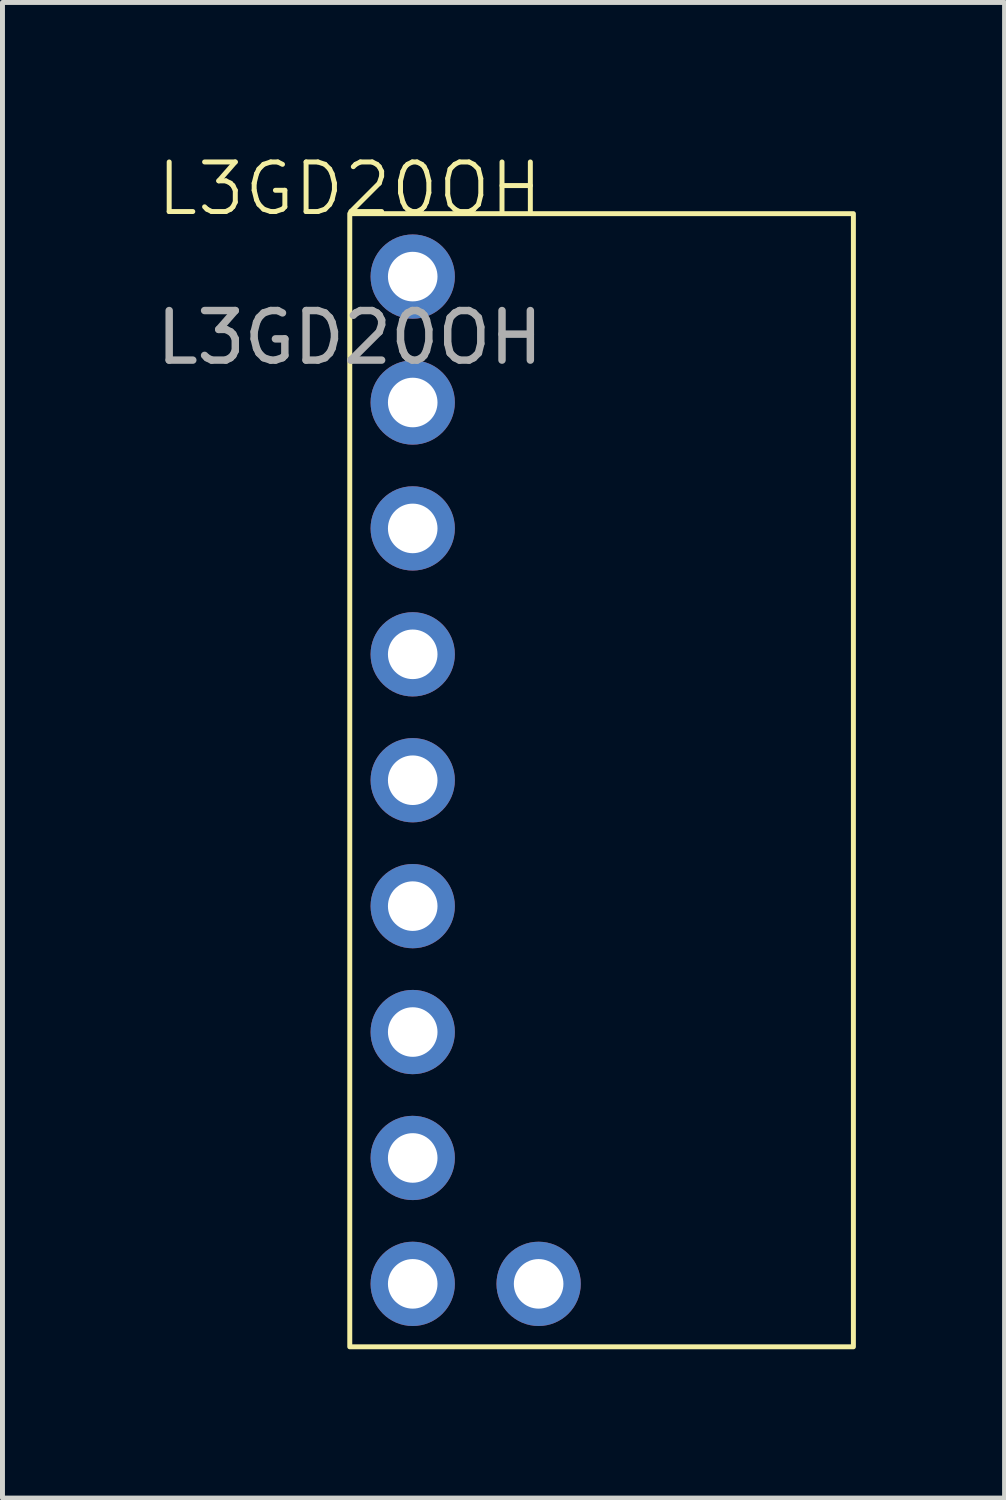
<source format=kicad_pcb>
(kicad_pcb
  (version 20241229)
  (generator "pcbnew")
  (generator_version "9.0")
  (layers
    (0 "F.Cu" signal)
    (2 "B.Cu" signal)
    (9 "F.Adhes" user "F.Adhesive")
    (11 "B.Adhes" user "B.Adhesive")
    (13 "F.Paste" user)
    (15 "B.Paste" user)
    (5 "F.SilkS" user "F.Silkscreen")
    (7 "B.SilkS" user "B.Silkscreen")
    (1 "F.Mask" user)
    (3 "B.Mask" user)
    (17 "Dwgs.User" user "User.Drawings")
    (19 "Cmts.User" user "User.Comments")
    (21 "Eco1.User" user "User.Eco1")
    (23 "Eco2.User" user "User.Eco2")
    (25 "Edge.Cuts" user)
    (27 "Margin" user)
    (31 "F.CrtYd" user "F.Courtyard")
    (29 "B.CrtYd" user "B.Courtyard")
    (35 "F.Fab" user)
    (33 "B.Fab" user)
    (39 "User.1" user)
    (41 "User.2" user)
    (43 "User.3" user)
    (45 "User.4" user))
  (footprint "L3GD20OH"
    (layer "F.Cu")
    (at 4.006 1.26)
    (property "Reference" "L3GD20OH" (at 0 -0.5 0) (unlocked yes) (layer "F.SilkS") (effects (font (size 1 1) (thickness 0.1))))
    (attr through_hole)
    (fp_rect (start 10.16 0) (end 0 22.86) (stroke (width 0.1) (type default)) (fill no) (layer "F.SilkS"))
    (fp_text user "${REFERENCE}" (at 0 2.5 0) (unlocked yes) (layer "F.Fab") (effects (font (size 1 1) (thickness 0.15))))
    (pad "1" thru_hole circle (at 1.27 1.27) (size 1.7 1.7) (drill 1) (layers "*.Cu" "*.Mask"))
    (pad "2" thru_hole circle (at 1.27 3.81) (size 1.7 1.7) (drill 1) (layers "*.Cu" "*.Mask"))
    (pad "3" thru_hole circle (at 1.27 6.35) (size 1.7 1.7) (drill 1) (layers "*.Cu" "*.Mask"))
    (pad "4" thru_hole circle (at 1.27 8.89) (size 1.7 1.7) (drill 1) (layers "*.Cu" "*.Mask"))
    (pad "5" thru_hole circle (at 1.27 11.43) (size 1.7 1.7) (drill 1) (layers "*.Cu" "*.Mask"))
    (pad "6" thru_hole circle (at 1.27 13.97) (size 1.7 1.7) (drill 1) (layers "*.Cu" "*.Mask"))
    (pad "7" thru_hole circle (at 1.27 16.51) (size 1.7 1.7) (drill 1) (layers "*.Cu" "*.Mask"))
    (pad "8" thru_hole circle (at 1.27 19.05) (size 1.7 1.7) (drill 1) (layers "*.Cu" "*.Mask"))
    (pad "9" thru_hole circle (at 1.27 21.59) (size 1.7 1.7) (drill 1) (layers "*.Cu" "*.Mask"))
    (pad "10" thru_hole circle (at 3.81 21.59) (size 1.7 1.7) (drill 1) (layers "*.Cu" "*.Mask")))
  (gr_rect
    (start -3 -3)
    (end 17.216 27.171)
    (stroke (width 0.1) (type default))
    (fill no)
    (layer "Edge.Cuts")))
</source>
